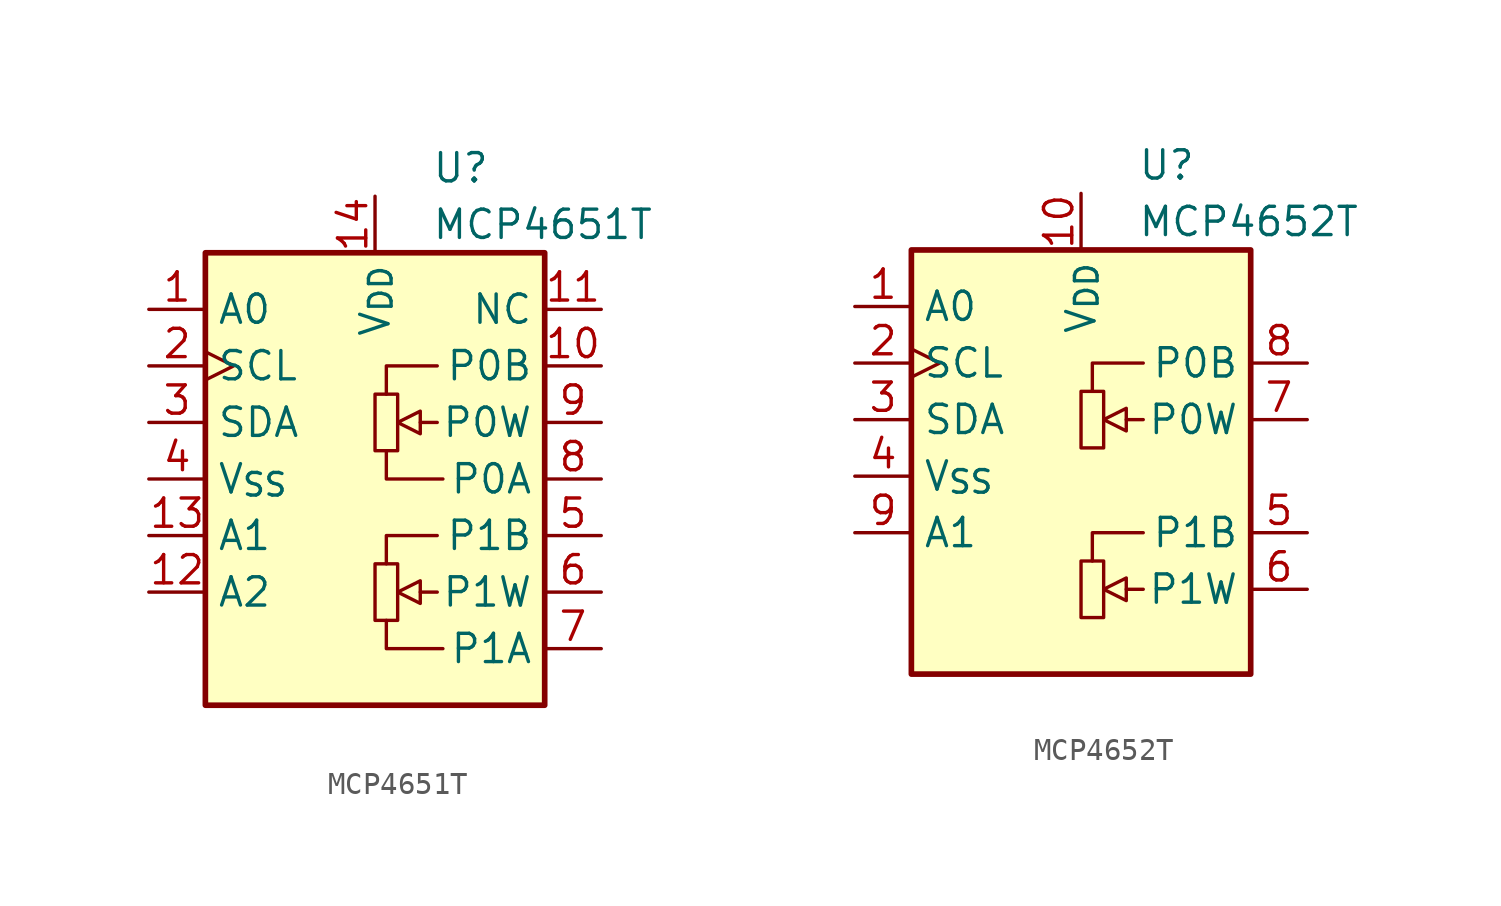
<source format=kicad_sym>
(kicad_symbol_lib
  (version 20231120)
  (generator "kicad_symbol_editor")
  (generator_version "8.0")
  (symbol "MCP4651T"
    (property "Reference" "U"
      (at 2.54 11.43 0)
      (effects (font (size 1.27 1.27)) (justify left)))
    (property "Value" "MCP4651T"
      (at 2.54 8.89 0)
      (effects (font (size 1.27 1.27)) (justify left)))
    (symbol "MCP4651T_0_1"
      (rectangle (start 0 -6.35) (end 1.016 -8.89) (stroke (width 0) (type default)) (fill (type none)))
      (polyline (pts (xy 2.032 -7.62) (xy 2.794 -7.62)) (stroke (width 0) (type default)) (fill (type none)))
      (polyline (pts (xy 2.032 0) (xy 2.794 0)) (stroke (width 0) (type default)) (fill (type none)))
      (polyline (pts (xy 2.794 -5.08) (xy 0.508 -5.08) (xy 0.508 -6.35)) (stroke (width 0) (type default)) (fill (type none)))
      (polyline (pts (xy 2.794 2.54) (xy 0.508 2.54) (xy 0.508 1.27)) (stroke (width 0) (type default)) (fill (type none)))
      (polyline (pts (xy 3.048 -10.16) (xy 0.508 -10.16) (xy 0.508 -8.89)) (stroke (width 0) (type default)) (fill (type none)))
      (polyline (pts (xy 3.048 -2.54) (xy 0.508 -2.54) (xy 0.508 -1.27)) (stroke (width 0) (type default)) (fill (type none)))
      (polyline (pts (xy 2.032 -7.112) (xy 1.016 -7.62) (xy 2.032 -8.128) (xy 2.032 -7.112)) (stroke (width 0) (type default)) (fill (type none)))
      (polyline (pts (xy 2.032 0.508) (xy 1.016 0) (xy 2.032 -0.508) (xy 2.032 0.508)) (stroke (width 0) (type default)) (fill (type none)))
      (rectangle (start 0 1.27) (end 1.016 -1.27) (stroke (width 0) (type default)) (fill (type none))))
    (symbol "MCP4651T_1_0"
      (pin input line (at -10.16 5.08 0) (length 2.54) (name "A0" (effects (font (size 1.27 1.27)))) (number "1" (effects (font (size 1.27 1.27)))))
      (pin passive line (at 10.16 2.54 180) (length 2.54) (name "P0B" (effects (font (size 1.27 1.27)))) (number "10" (effects (font (size 1.27 1.27)))))
      (pin output line (at 10.16 5.08 180) (length 2.54) (name "NC" (effects (font (size 1.27 1.27)))) (number "11" (effects (font (size 1.27 1.27)))))
      (pin input line (at -10.16 -7.62 0) (length 2.54) (name "A2" (effects (font (size 1.27 1.27)))) (number "12" (effects (font (size 1.27 1.27)))))
      (pin input line (at -10.16 -5.08 0) (length 2.54) (name "A1" (effects (font (size 1.27 1.27)))) (number "13" (effects (font (size 1.27 1.27)))))
      (pin power_in line (at 0 10.16 270) (length 2.54) (name "V_{DD}" (effects (font (size 1.27 1.27)))) (number "14" (effects (font (size 1.27 1.27)))))
      (pin input clock (at -10.16 2.54 0) (length 2.54) (name "SCL" (effects (font (size 1.27 1.27)))) (number "2" (effects (font (size 1.27 1.27)))))
      (pin input line (at -10.16 0 0) (length 2.54) (name "SDA" (effects (font (size 1.27 1.27)))) (number "3" (effects (font (size 1.27 1.27)))))
      (pin power_in line (at -10.16 -2.54 0) (length 2.54) (name "V_{SS}" (effects (font (size 1.27 1.27)))) (number "4" (effects (font (size 1.27 1.27)))))
      (pin passive line (at 10.16 -5.08 180) (length 2.54) (name "P1B" (effects (font (size 1.27 1.27)))) (number "5" (effects (font (size 1.27 1.27)))))
      (pin passive line (at 10.16 -7.62 180) (length 2.54) (name "P1W" (effects (font (size 1.27 1.27)))) (number "6" (effects (font (size 1.27 1.27)))))
      (pin passive line (at 10.16 -10.16 180) (length 2.54) (name "P1A" (effects (font (size 1.27 1.27)))) (number "7" (effects (font (size 1.27 1.27)))))
      (pin passive line (at 10.16 -2.54 180) (length 2.54) (name "P0A" (effects (font (size 1.27 1.27)))) (number "8" (effects (font (size 1.27 1.27)))))
      (pin passive line (at 10.16 0 180) (length 2.54) (name "P0W" (effects (font (size 1.27 1.27)))) (number "9" (effects (font (size 1.27 1.27))))))
    (symbol "MCP4651T_1_1"
      (rectangle (start -7.62 7.62) (end 7.62 -12.7) (stroke (width 0.254) (type default)) (fill (type background)))))
  (symbol "MCP4652T"
    (property "Reference" "U"
      (at 2.54 11.43 0)
      (effects (font (size 1.27 1.27)) (justify left)))
    (property "Value" "MCP4652T"
      (at 2.54 8.89 0)
      (effects (font (size 1.27 1.27)) (justify left)))
    (symbol "MCP4652T_0_1"
      (rectangle (start 0 -6.35) (end 1.016 -8.89) (stroke (width 0) (type default)) (fill (type none)))
      (polyline (pts (xy 2.032 -7.62) (xy 2.794 -7.62)) (stroke (width 0) (type default)) (fill (type none)))
      (polyline (pts (xy 2.032 0) (xy 2.794 0)) (stroke (width 0) (type default)) (fill (type none)))
      (polyline (pts (xy 2.794 -5.08) (xy 0.508 -5.08) (xy 0.508 -6.35)) (stroke (width 0) (type default)) (fill (type none)))
      (polyline (pts (xy 2.794 2.54) (xy 0.508 2.54) (xy 0.508 1.27)) (stroke (width 0) (type default)) (fill (type none)))
      (polyline (pts (xy 2.032 -7.112) (xy 1.016 -7.62) (xy 2.032 -8.128) (xy 2.032 -7.112)) (stroke (width 0) (type default)) (fill (type none)))
      (polyline (pts (xy 2.032 0.508) (xy 1.016 0) (xy 2.032 -0.508) (xy 2.032 0.508)) (stroke (width 0) (type default)) (fill (type none)))
      (rectangle (start 0 1.27) (end 1.016 -1.27) (stroke (width 0) (type default)) (fill (type none))))
    (symbol "MCP4652T_1_0"
      (pin input line (at -10.16 5.08 0) (length 2.54) (name "A0" (effects (font (size 1.27 1.27)))) (number "1" (effects (font (size 1.27 1.27)))))
      (pin power_in line (at 0 10.16 270) (length 2.54) (name "V_{DD}" (effects (font (size 1.27 1.27)))) (number "10" (effects (font (size 1.27 1.27)))))
      (pin input clock (at -10.16 2.54 0) (length 2.54) (name "SCL" (effects (font (size 1.27 1.27)))) (number "2" (effects (font (size 1.27 1.27)))))
      (pin input line (at -10.16 0 0) (length 2.54) (name "SDA" (effects (font (size 1.27 1.27)))) (number "3" (effects (font (size 1.27 1.27)))))
      (pin power_in line (at -10.16 -2.54 0) (length 2.54) (name "V_{SS}" (effects (font (size 1.27 1.27)))) (number "4" (effects (font (size 1.27 1.27)))))
      (pin passive line (at 10.16 -5.08 180) (length 2.54) (name "P1B" (effects (font (size 1.27 1.27)))) (number "5" (effects (font (size 1.27 1.27)))))
      (pin passive line (at 10.16 -7.62 180) (length 2.54) (name "P1W" (effects (font (size 1.27 1.27)))) (number "6" (effects (font (size 1.27 1.27)))))
      (pin passive line (at 10.16 0 180) (length 2.54) (name "P0W" (effects (font (size 1.27 1.27)))) (number "7" (effects (font (size 1.27 1.27)))))
      (pin passive line (at 10.16 2.54 180) (length 2.54) (name "P0B" (effects (font (size 1.27 1.27)))) (number "8" (effects (font (size 1.27 1.27)))))
      (pin output line (at -10.16 -5.08 0) (length 2.54) (name "A1" (effects (font (size 1.27 1.27)))) (number "9" (effects (font (size 1.27 1.27))))))
    (symbol "MCP4652T_1_1"
      (rectangle (start -7.62 7.62) (end 7.62 -11.43) (stroke (width 0.254) (type default)) (fill (type background))))))
</source>
